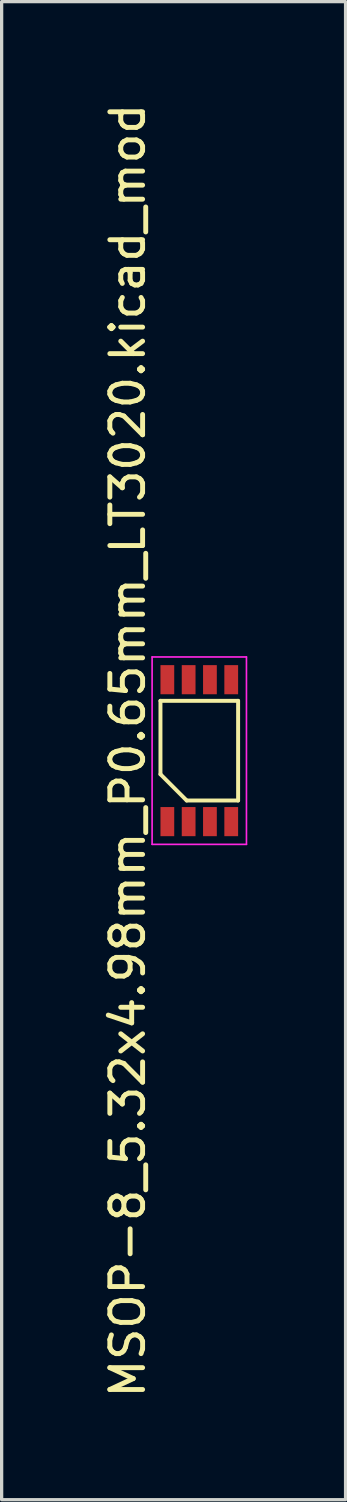
<source format=kicad_pcb>
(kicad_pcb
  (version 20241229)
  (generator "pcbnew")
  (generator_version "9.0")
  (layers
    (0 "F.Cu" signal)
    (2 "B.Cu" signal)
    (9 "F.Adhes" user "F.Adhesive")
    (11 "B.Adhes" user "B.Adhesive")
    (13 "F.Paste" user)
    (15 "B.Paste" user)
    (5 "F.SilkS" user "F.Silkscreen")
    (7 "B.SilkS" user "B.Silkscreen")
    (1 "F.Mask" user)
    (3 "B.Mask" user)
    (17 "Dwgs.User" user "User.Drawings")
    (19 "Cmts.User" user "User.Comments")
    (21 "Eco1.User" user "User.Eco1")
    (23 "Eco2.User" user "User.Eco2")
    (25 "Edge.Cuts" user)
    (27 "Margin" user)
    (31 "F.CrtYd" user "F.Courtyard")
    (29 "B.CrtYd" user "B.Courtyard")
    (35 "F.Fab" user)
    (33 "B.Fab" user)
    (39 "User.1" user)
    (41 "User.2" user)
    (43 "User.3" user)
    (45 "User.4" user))
  (footprint "MSOP-8_5.32x4.98mm_P0.65mm_LT3020.kicad_mod"
    (layer "F.Cu")
    (at 3.033 19.863)
    (property "Reference" "MSOP-8_5.32x4.98mm_P0.65mm_LT3020.kicad_mod" (at -2.185 0 90) (layer "F.SilkS") (effects (font (size 1 1) (thickness 0.15))))
    (attr smd)
    (fp_line (start -1.185 -1.521) (end 1.185 -1.521) (stroke (width 0.12) (type solid)) (layer "F.SilkS"))
    (fp_line (start -1.185 0.721) (end -1.185 -1.521) (stroke (width 0.12) (type solid)) (layer "F.SilkS"))
    (fp_line (start -0.385 1.521) (end -1.185 0.721) (stroke (width 0.12) (type solid)) (layer "F.SilkS"))
    (fp_line (start 1.185 -1.521) (end 1.185 1.521) (stroke (width 0.12) (type solid)) (layer "F.SilkS"))
    (fp_line (start 1.185 1.521) (end -0.385 1.521) (stroke (width 0.12) (type solid)) (layer "F.SilkS"))
    (fp_line (start -1.44 -2.86) (end 1.44 -2.86) (stroke (width 0.05) (type solid)) (layer "F.CrtYd"))
    (fp_line (start -1.44 2.86) (end -1.44 -2.86) (stroke (width 0.05) (type solid)) (layer "F.CrtYd"))
    (fp_line (start 1.44 -2.86) (end 1.44 2.86) (stroke (width 0.05) (type solid)) (layer "F.CrtYd"))
    (fp_line (start 1.44 2.86) (end -1.44 2.86) (stroke (width 0.05) (type solid)) (layer "F.CrtYd"))
    (pad "1" smd rect (at -0.975 2.166) (size 0.42 0.889) (layers "F.Cu" "F.Mask" "F.Paste"))
    (pad "2" smd rect (at -0.325 2.166) (size 0.42 0.889) (layers "F.Cu" "F.Mask" "F.Paste"))
    (pad "3" smd rect (at 0.325 2.166) (size 0.42 0.889) (layers "F.Cu" "F.Mask" "F.Paste"))
    (pad "4" smd rect (at 0.975 2.166) (size 0.42 0.889) (layers "F.Cu" "F.Mask" "F.Paste"))
    (pad "5" smd rect (at 0.975 -2.166) (size 0.42 0.889) (layers "F.Cu" "F.Mask" "F.Paste"))
    (pad "6" smd rect (at 0.325 -2.166) (size 0.42 0.889) (layers "F.Cu" "F.Mask" "F.Paste"))
    (pad "7" smd rect (at -0.325 -2.166) (size 0.42 0.889) (layers "F.Cu" "F.Mask" "F.Paste"))
    (pad "8" smd rect (at -0.975 -2.166) (size 0.42 0.889) (layers "F.Cu" "F.Mask" "F.Paste")))
  (gr_rect
    (start -3 -3)
    (end 7.498 42.726)
    (stroke (width 0.1) (type default))
    (fill no)
    (layer "Edge.Cuts")))
</source>
